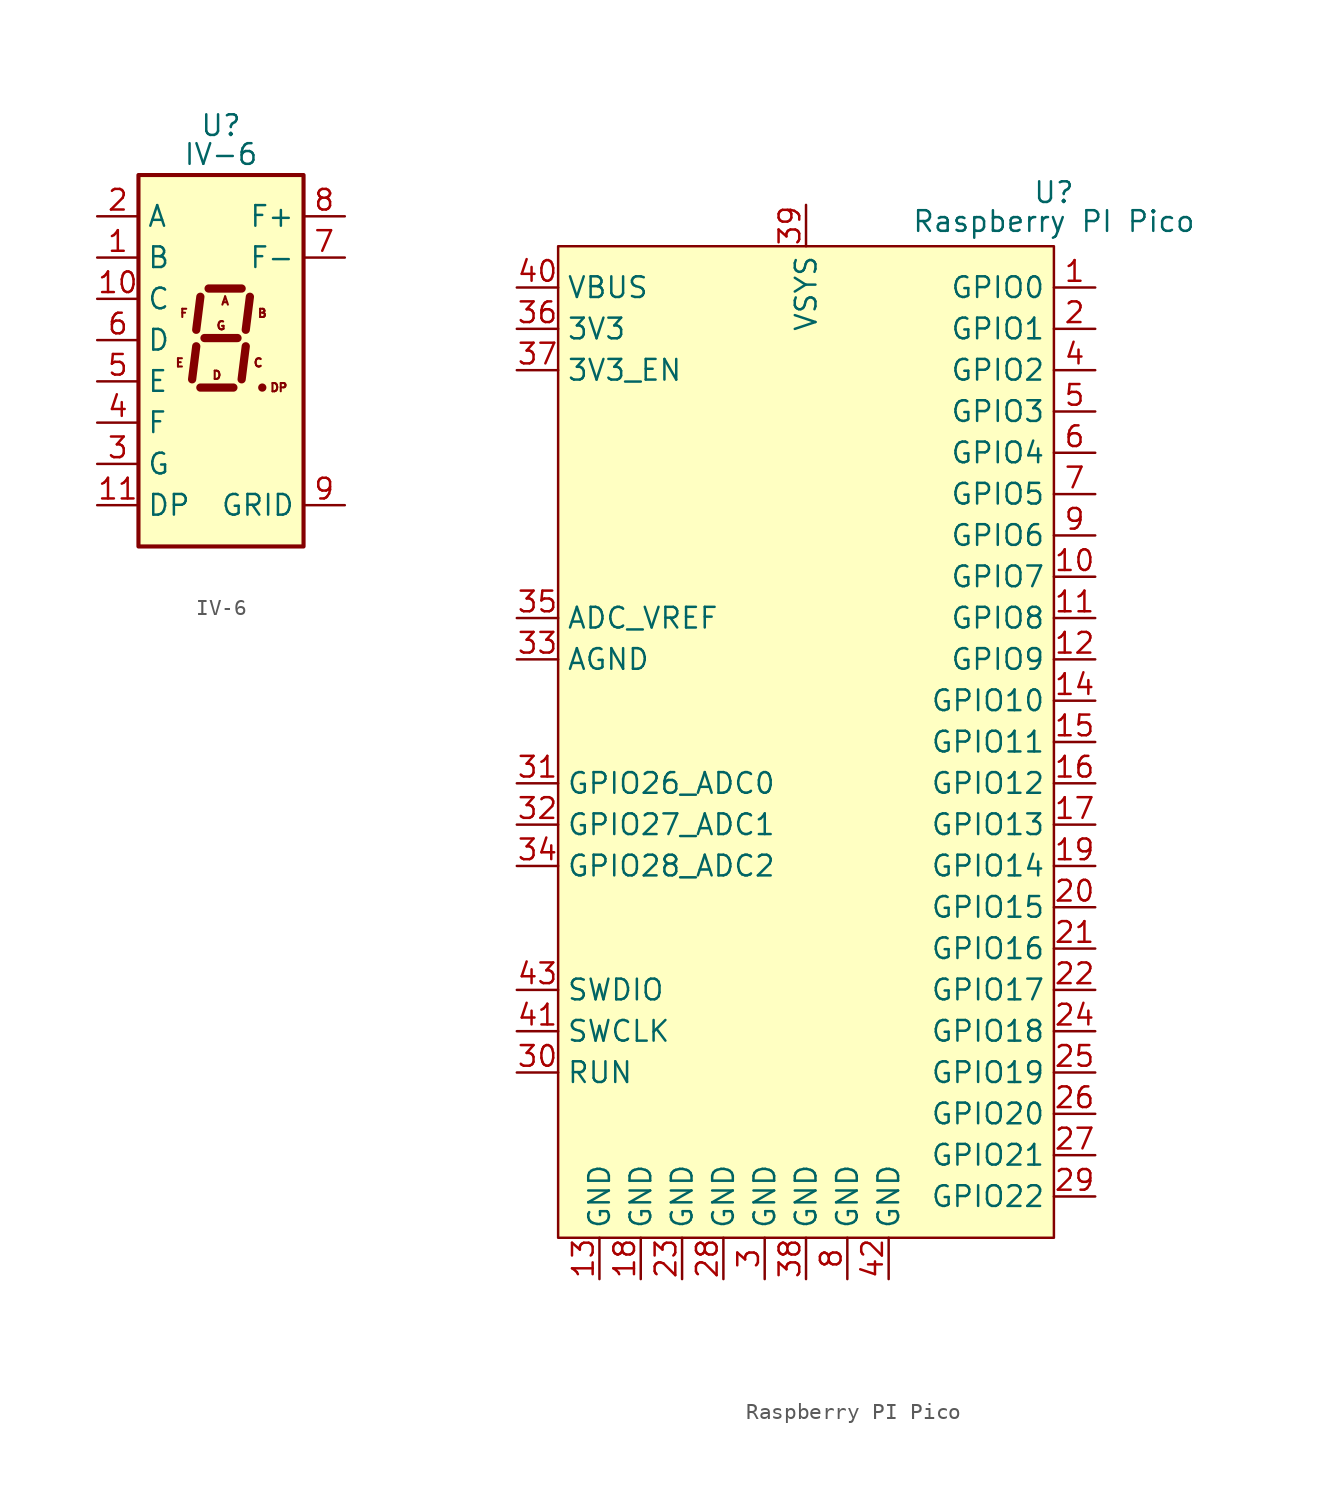
<source format=kicad_sym>
(kicad_symbol_lib
  (version 20231120)
  (generator "kicad_symbol_editor")
  (generator_version "8.0")
  (symbol "IV-6"
    (property "Reference" "U"
      (at 0 3.048 0)
      (effects (font (size 1.27 1.27))))
    (property "Value" "IV-6"
      (at 0 1.27 0)
      (effects (font (size 1.27 1.27))))
    (symbol "IV-6_1_0"
      (text "A" (at 0.254 -7.747 0) (effects (font (size 0.508 0.508))))
      (text "B" (at 2.54 -8.509 0) (effects (font (size 0.508 0.508))))
      (text "C" (at 2.286 -11.557 0) (effects (font (size 0.508 0.508))))
      (text "D" (at -0.254 -12.319 0) (effects (font (size 0.508 0.508))))
      (text "DP" (at 3.556 -13.081 0) (effects (font (size 0.508 0.508))))
      (text "E" (at -2.54 -11.557 0) (effects (font (size 0.508 0.508))))
      (text "F" (at -2.286 -8.509 0) (effects (font (size 0.508 0.508))))
      (text "G" (at 0 -9.271 0) (effects (font (size 0.508 0.508)))))
    (symbol "IV-6_1_1"
      (rectangle (start -5.08 0) (end 5.08 -22.86) (stroke (width 0.254) (type default)) (fill (type background)))
      (polyline (pts (xy -1.524 -10.541) (xy -1.778 -12.573)) (stroke (width 0.508) (type default)) (fill (type none)))
      (polyline (pts (xy -1.27 -13.081) (xy 0.762 -13.081)) (stroke (width 0.508) (type default)) (fill (type none)))
      (polyline (pts (xy -1.27 -7.493) (xy -1.524 -9.525)) (stroke (width 0.508) (type default)) (fill (type none)))
      (polyline (pts (xy -1.016 -10.033) (xy 1.016 -10.033)) (stroke (width 0.508) (type default)) (fill (type none)))
      (polyline (pts (xy -0.762 -6.985) (xy 1.27 -6.985)) (stroke (width 0.508) (type default)) (fill (type none)))
      (polyline (pts (xy 1.524 -10.541) (xy 1.27 -12.573)) (stroke (width 0.508) (type default)) (fill (type none)))
      (polyline (pts (xy 1.778 -7.493) (xy 1.524 -9.525)) (stroke (width 0.508) (type default)) (fill (type none)))
      (polyline (pts (xy 2.54 -13.081) (xy 2.54 -13.081)) (stroke (width 0.508) (type default)) (fill (type none)))
      (pin input line (at -7.62 -5.08 0) (length 2.54) (name "B" (effects (font (size 1.27 1.27)))) (number "1" (effects (font (size 1.27 1.27)))))
      (pin input line (at -7.62 -7.62 0) (length 2.54) (name "C" (effects (font (size 1.27 1.27)))) (number "10" (effects (font (size 1.27 1.27)))))
      (pin input line (at -7.62 -20.32 0) (length 2.54) (name "DP" (effects (font (size 1.27 1.27)))) (number "11" (effects (font (size 1.27 1.27)))))
      (pin input line (at -7.62 -2.54 0) (length 2.54) (name "A" (effects (font (size 1.27 1.27)))) (number "2" (effects (font (size 1.27 1.27)))))
      (pin input line (at -7.62 -17.78 0) (length 2.54) (name "G" (effects (font (size 1.27 1.27)))) (number "3" (effects (font (size 1.27 1.27)))))
      (pin input line (at -7.62 -15.24 0) (length 2.54) (name "F" (effects (font (size 1.27 1.27)))) (number "4" (effects (font (size 1.27 1.27)))))
      (pin input line (at -7.62 -12.7 0) (length 2.54) (name "E" (effects (font (size 1.27 1.27)))) (number "5" (effects (font (size 1.27 1.27)))))
      (pin input line (at -7.62 -10.16 0) (length 2.54) (name "D" (effects (font (size 1.27 1.27)))) (number "6" (effects (font (size 1.27 1.27)))))
      (pin passive line (at 7.62 -5.08 180) (length 2.54) (name "F-" (effects (font (size 1.27 1.27)))) (number "7" (effects (font (size 1.27 1.27)))))
      (pin passive line (at 7.62 -2.54 180) (length 2.54) (name "F+" (effects (font (size 1.27 1.27)))) (number "8" (effects (font (size 1.27 1.27)))))
      (pin input line (at 7.62 -20.32 180) (length 2.54) (name "GRID" (effects (font (size 1.27 1.27)))) (number "9" (effects (font (size 1.27 1.27)))))))
  (symbol "Raspberry PI Pico"
    (property "Reference" "U"
      (at 15.24 29.972 0)
      (effects (font (size 1.27 1.27))))
    (property "Value" "Raspberry PI Pico"
      (at 15.24 28.194 0)
      (effects (font (size 1.27 1.27))))
    (symbol "Raspberry PI Pico_0_1"
      (rectangle (start -15.24 26.67) (end 15.24 -34.29) (stroke (width 0) (type default)) (fill (type background))))
    (symbol "Raspberry PI Pico_1_1"
      (pin bidirectional line (at 17.78 24.13 180) (length 2.54) (name "GPIO0" (effects (font (size 1.27 1.27)))) (number "1" (effects (font (size 1.27 1.27)))))
      (pin bidirectional line (at 17.78 6.35 180) (length 2.54) (name "GPIO7" (effects (font (size 1.27 1.27)))) (number "10" (effects (font (size 1.27 1.27)))))
      (pin bidirectional line (at 17.78 3.81 180) (length 2.54) (name "GPIO8" (effects (font (size 1.27 1.27)))) (number "11" (effects (font (size 1.27 1.27)))))
      (pin bidirectional line (at 17.78 1.27 180) (length 2.54) (name "GPIO9" (effects (font (size 1.27 1.27)))) (number "12" (effects (font (size 1.27 1.27)))))
      (pin power_in line (at -12.7 -36.83 90) (length 2.54) (name "GND" (effects (font (size 1.27 1.27)))) (number "13" (effects (font (size 1.27 1.27)))))
      (pin bidirectional line (at 17.78 -1.27 180) (length 2.54) (name "GPIO10" (effects (font (size 1.27 1.27)))) (number "14" (effects (font (size 1.27 1.27)))))
      (pin bidirectional line (at 17.78 -3.81 180) (length 2.54) (name "GPIO11" (effects (font (size 1.27 1.27)))) (number "15" (effects (font (size 1.27 1.27)))))
      (pin bidirectional line (at 17.78 -6.35 180) (length 2.54) (name "GPIO12" (effects (font (size 1.27 1.27)))) (number "16" (effects (font (size 1.27 1.27)))))
      (pin bidirectional line (at 17.78 -8.89 180) (length 2.54) (name "GPIO13" (effects (font (size 1.27 1.27)))) (number "17" (effects (font (size 1.27 1.27)))))
      (pin power_in line (at -10.16 -36.83 90) (length 2.54) (name "GND" (effects (font (size 1.27 1.27)))) (number "18" (effects (font (size 1.27 1.27)))))
      (pin bidirectional line (at 17.78 -11.43 180) (length 2.54) (name "GPIO14" (effects (font (size 1.27 1.27)))) (number "19" (effects (font (size 1.27 1.27)))))
      (pin bidirectional line (at 17.78 21.59 180) (length 2.54) (name "GPIO1" (effects (font (size 1.27 1.27)))) (number "2" (effects (font (size 1.27 1.27)))))
      (pin bidirectional line (at 17.78 -13.97 180) (length 2.54) (name "GPIO15" (effects (font (size 1.27 1.27)))) (number "20" (effects (font (size 1.27 1.27)))))
      (pin bidirectional line (at 17.78 -16.51 180) (length 2.54) (name "GPIO16" (effects (font (size 1.27 1.27)))) (number "21" (effects (font (size 1.27 1.27)))))
      (pin bidirectional line (at 17.78 -19.05 180) (length 2.54) (name "GPIO17" (effects (font (size 1.27 1.27)))) (number "22" (effects (font (size 1.27 1.27)))))
      (pin power_in line (at -7.62 -36.83 90) (length 2.54) (name "GND" (effects (font (size 1.27 1.27)))) (number "23" (effects (font (size 1.27 1.27)))))
      (pin bidirectional line (at 17.78 -21.59 180) (length 2.54) (name "GPIO18" (effects (font (size 1.27 1.27)))) (number "24" (effects (font (size 1.27 1.27)))))
      (pin bidirectional line (at 17.78 -24.13 180) (length 2.54) (name "GPIO19" (effects (font (size 1.27 1.27)))) (number "25" (effects (font (size 1.27 1.27)))))
      (pin bidirectional line (at 17.78 -26.67 180) (length 2.54) (name "GPIO20" (effects (font (size 1.27 1.27)))) (number "26" (effects (font (size 1.27 1.27)))))
      (pin bidirectional line (at 17.78 -29.21 180) (length 2.54) (name "GPIO21" (effects (font (size 1.27 1.27)))) (number "27" (effects (font (size 1.27 1.27)))))
      (pin power_in line (at -5.08 -36.83 90) (length 2.54) (name "GND" (effects (font (size 1.27 1.27)))) (number "28" (effects (font (size 1.27 1.27)))))
      (pin bidirectional line (at 17.78 -31.75 180) (length 2.54) (name "GPIO22" (effects (font (size 1.27 1.27)))) (number "29" (effects (font (size 1.27 1.27)))))
      (pin power_in line (at -2.54 -36.83 90) (length 2.54) (name "GND" (effects (font (size 1.27 1.27)))) (number "3" (effects (font (size 1.27 1.27)))))
      (pin input line (at -17.78 -24.13 0) (length 2.54) (name "RUN" (effects (font (size 1.27 1.27)))) (number "30" (effects (font (size 1.27 1.27)))))
      (pin bidirectional line (at -17.78 -6.35 0) (length 2.54) (name "GPIO26_ADC0" (effects (font (size 1.27 1.27)))) (number "31" (effects (font (size 1.27 1.27)))))
      (pin bidirectional line (at -17.78 -8.89 0) (length 2.54) (name "GPIO27_ADC1" (effects (font (size 1.27 1.27)))) (number "32" (effects (font (size 1.27 1.27)))))
      (pin power_in line (at -17.78 1.27 0) (length 2.54) (name "AGND" (effects (font (size 1.27 1.27)))) (number "33" (effects (font (size 1.27 1.27)))))
      (pin bidirectional line (at -17.78 -11.43 0) (length 2.54) (name "GPIO28_ADC2" (effects (font (size 1.27 1.27)))) (number "34" (effects (font (size 1.27 1.27)))))
      (pin power_in line (at -17.78 3.81 0) (length 2.54) (name "ADC_VREF" (effects (font (size 1.27 1.27)))) (number "35" (effects (font (size 1.27 1.27)))))
      (pin power_out line (at -17.78 21.59 0) (length 2.54) (name "3V3" (effects (font (size 1.27 1.27)))) (number "36" (effects (font (size 1.27 1.27)))))
      (pin input line (at -17.78 19.05 0) (length 2.54) (name "3V3_EN" (effects (font (size 1.27 1.27)))) (number "37" (effects (font (size 1.27 1.27)))))
      (pin power_in line (at 0 -36.83 90) (length 2.54) (name "GND" (effects (font (size 1.27 1.27)))) (number "38" (effects (font (size 1.27 1.27)))))
      (pin power_in line (at 0 29.21 270) (length 2.54) (name "VSYS" (effects (font (size 1.27 1.27)))) (number "39" (effects (font (size 1.27 1.27)))))
      (pin bidirectional line (at 17.78 19.05 180) (length 2.54) (name "GPIO2" (effects (font (size 1.27 1.27)))) (number "4" (effects (font (size 1.27 1.27)))))
      (pin power_out line (at -17.78 24.13 0) (length 2.54) (name "VBUS" (effects (font (size 1.27 1.27)))) (number "40" (effects (font (size 1.27 1.27)))))
      (pin input line (at -17.78 -21.59 0) (length 2.54) (name "SWCLK" (effects (font (size 1.27 1.27)))) (number "41" (effects (font (size 1.27 1.27)))))
      (pin power_in line (at 5.08 -36.83 90) (length 2.54) (name "GND" (effects (font (size 1.27 1.27)))) (number "42" (effects (font (size 1.27 1.27)))))
      (pin bidirectional line (at -17.78 -19.05 0) (length 2.54) (name "SWDIO" (effects (font (size 1.27 1.27)))) (number "43" (effects (font (size 1.27 1.27)))))
      (pin bidirectional line (at 17.78 16.51 180) (length 2.54) (name "GPIO3" (effects (font (size 1.27 1.27)))) (number "5" (effects (font (size 1.27 1.27)))))
      (pin bidirectional line (at 17.78 13.97 180) (length 2.54) (name "GPIO4" (effects (font (size 1.27 1.27)))) (number "6" (effects (font (size 1.27 1.27)))))
      (pin bidirectional line (at 17.78 11.43 180) (length 2.54) (name "GPIO5" (effects (font (size 1.27 1.27)))) (number "7" (effects (font (size 1.27 1.27)))))
      (pin power_in line (at 2.54 -36.83 90) (length 2.54) (name "GND" (effects (font (size 1.27 1.27)))) (number "8" (effects (font (size 1.27 1.27)))))
      (pin bidirectional line (at 17.78 8.89 180) (length 2.54) (name "GPIO6" (effects (font (size 1.27 1.27)))) (number "9" (effects (font (size 1.27 1.27))))))))
</source>
